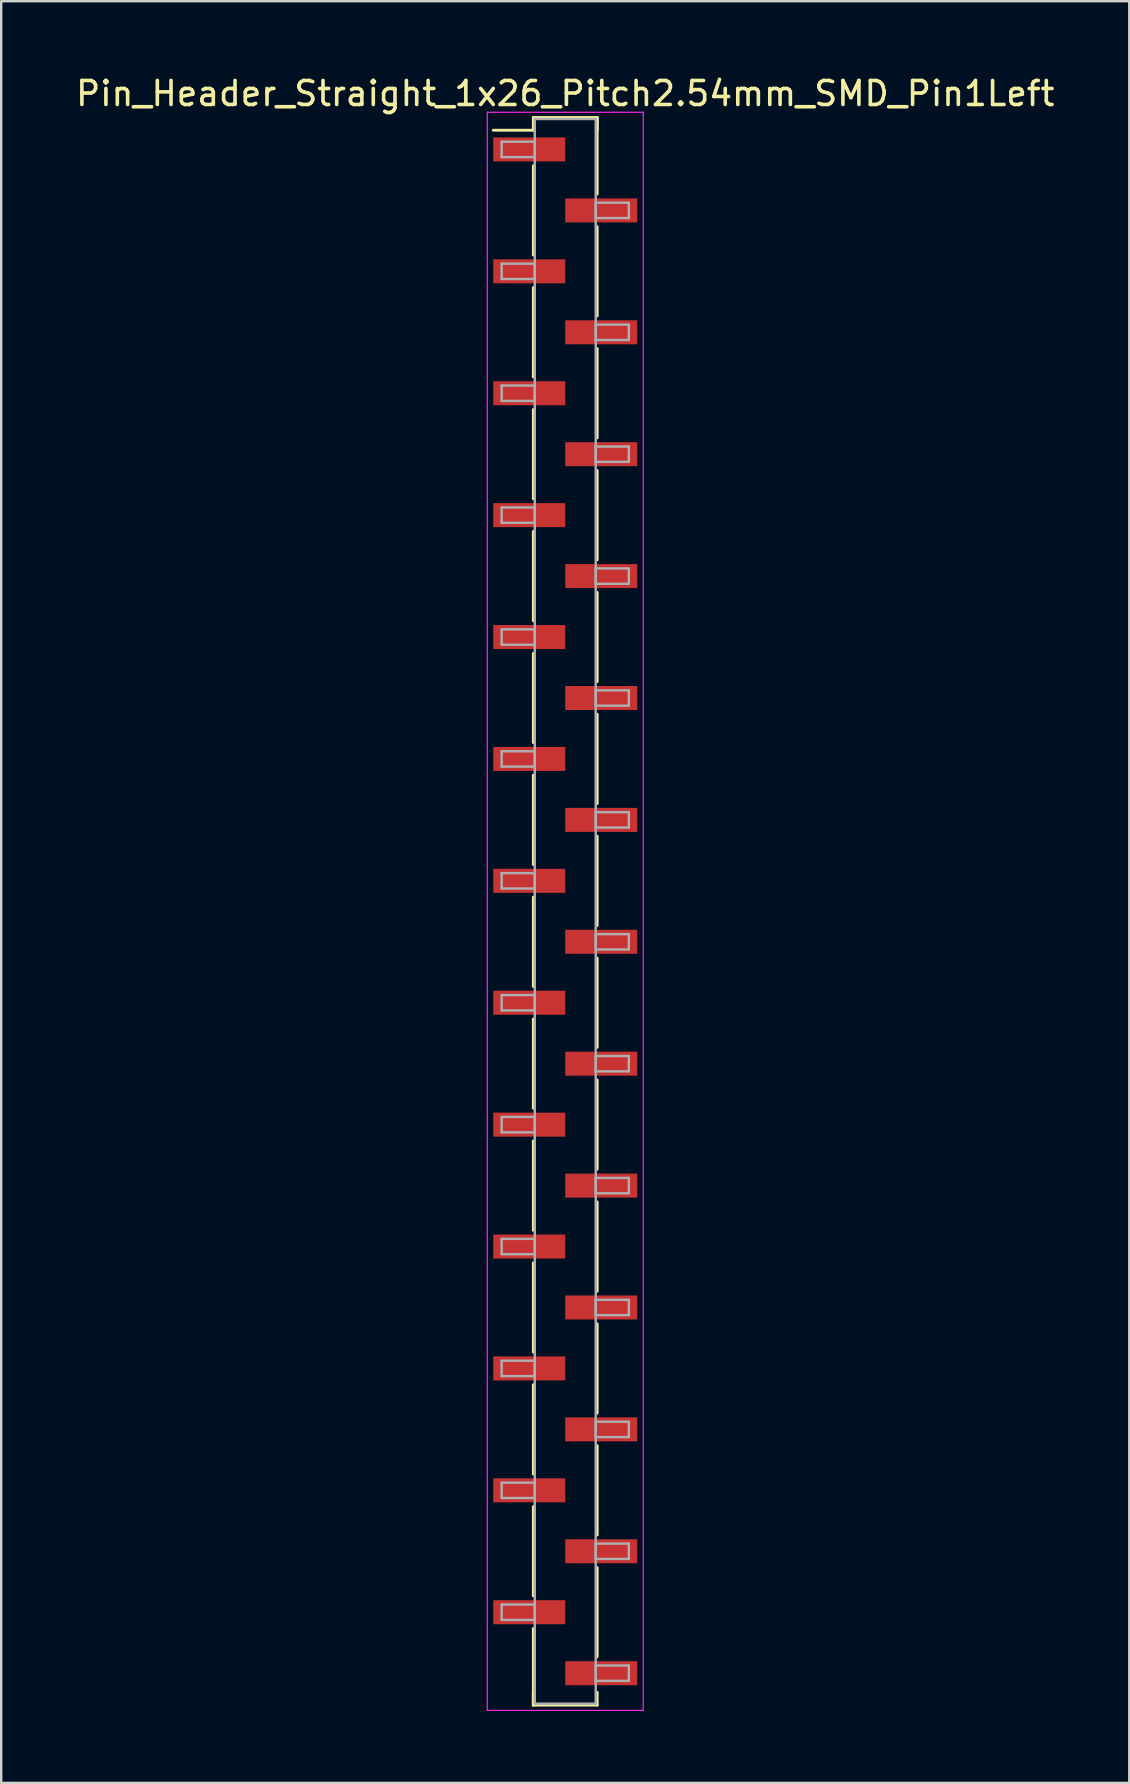
<source format=kicad_pcb>
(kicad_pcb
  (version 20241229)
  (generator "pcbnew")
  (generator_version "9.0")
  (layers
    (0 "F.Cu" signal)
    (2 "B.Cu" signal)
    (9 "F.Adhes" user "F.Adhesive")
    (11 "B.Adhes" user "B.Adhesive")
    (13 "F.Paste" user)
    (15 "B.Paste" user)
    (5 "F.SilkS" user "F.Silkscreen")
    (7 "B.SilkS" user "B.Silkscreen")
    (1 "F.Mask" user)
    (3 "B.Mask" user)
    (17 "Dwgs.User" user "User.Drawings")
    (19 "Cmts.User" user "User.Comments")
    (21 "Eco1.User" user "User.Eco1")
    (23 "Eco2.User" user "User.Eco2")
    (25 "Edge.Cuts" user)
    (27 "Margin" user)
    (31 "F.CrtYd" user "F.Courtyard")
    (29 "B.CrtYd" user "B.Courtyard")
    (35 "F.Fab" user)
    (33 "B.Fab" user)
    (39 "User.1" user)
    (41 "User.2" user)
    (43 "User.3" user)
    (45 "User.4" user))
  (footprint "Pin_Header_Straight_1x26_Pitch2.54mm_SMD_Pin1Left"
    (layer "F.Cu")
    (at 20.506 34.928)
    (property "Reference" "Pin_Header_Straight_1x26_Pitch2.54mm_SMD_Pin1Left" (at 0 -34.08 0) (layer "F.SilkS") (effects (font (size 1 1) (thickness 0.15))))
    (attr smd)
    (fp_line (start -1.33 -33.08) (end 1.33 -33.08) (stroke (width 0.12) (type solid)) (layer "F.SilkS"))
    (fp_line (start -1.33 -32.55) (end -3 -32.55) (stroke (width 0.12) (type solid)) (layer "F.SilkS"))
    (fp_line (start -1.33 -32.55) (end -1.33 -33.08) (stroke (width 0.12) (type solid)) (layer "F.SilkS"))
    (fp_line (start -1.33 -31.07) (end -1.33 -27.35) (stroke (width 0.12) (type solid)) (layer "F.SilkS"))
    (fp_line (start -1.33 -25.99) (end -1.33 -22.27) (stroke (width 0.12) (type solid)) (layer "F.SilkS"))
    (fp_line (start -1.33 -20.91) (end -1.33 -17.19) (stroke (width 0.12) (type solid)) (layer "F.SilkS"))
    (fp_line (start -1.33 -15.83) (end -1.33 -12.11) (stroke (width 0.12) (type solid)) (layer "F.SilkS"))
    (fp_line (start -1.33 -10.75) (end -1.33 -7.03) (stroke (width 0.12) (type solid)) (layer "F.SilkS"))
    (fp_line (start -1.33 -5.67) (end -1.33 -1.95) (stroke (width 0.12) (type solid)) (layer "F.SilkS"))
    (fp_line (start -1.33 -0.59) (end -1.33 3.13) (stroke (width 0.12) (type solid)) (layer "F.SilkS"))
    (fp_line (start -1.33 4.49) (end -1.33 8.21) (stroke (width 0.12) (type solid)) (layer "F.SilkS"))
    (fp_line (start -1.33 9.57) (end -1.33 13.29) (stroke (width 0.12) (type solid)) (layer "F.SilkS"))
    (fp_line (start -1.33 14.65) (end -1.33 18.37) (stroke (width 0.12) (type solid)) (layer "F.SilkS"))
    (fp_line (start -1.33 19.73) (end -1.33 23.45) (stroke (width 0.12) (type solid)) (layer "F.SilkS"))
    (fp_line (start -1.33 24.81) (end -1.33 28.53) (stroke (width 0.12) (type solid)) (layer "F.SilkS"))
    (fp_line (start -1.33 29.89) (end -1.33 33.08) (stroke (width 0.12) (type solid)) (layer "F.SilkS"))
    (fp_line (start -1.33 32.55) (end -1.33 33.08) (stroke (width 0.12) (type solid)) (layer "F.SilkS"))
    (fp_line (start -1.33 33.08) (end 1.33 33.08) (stroke (width 0.12) (type solid)) (layer "F.SilkS"))
    (fp_line (start 1.33 -33.08) (end 1.33 -32.55) (stroke (width 0.12) (type solid)) (layer "F.SilkS"))
    (fp_line (start 1.33 -33.08) (end 1.33 -29.89) (stroke (width 0.12) (type solid)) (layer "F.SilkS"))
    (fp_line (start 1.33 -28.53) (end 1.33 -24.81) (stroke (width 0.12) (type solid)) (layer "F.SilkS"))
    (fp_line (start 1.33 -23.45) (end 1.33 -19.73) (stroke (width 0.12) (type solid)) (layer "F.SilkS"))
    (fp_line (start 1.33 -18.37) (end 1.33 -14.65) (stroke (width 0.12) (type solid)) (layer "F.SilkS"))
    (fp_line (start 1.33 -13.29) (end 1.33 -9.57) (stroke (width 0.12) (type solid)) (layer "F.SilkS"))
    (fp_line (start 1.33 -8.21) (end 1.33 -4.49) (stroke (width 0.12) (type solid)) (layer "F.SilkS"))
    (fp_line (start 1.33 -3.13) (end 1.33 0.59) (stroke (width 0.12) (type solid)) (layer "F.SilkS"))
    (fp_line (start 1.33 1.95) (end 1.33 5.67) (stroke (width 0.12) (type solid)) (layer "F.SilkS"))
    (fp_line (start 1.33 7.03) (end 1.33 10.75) (stroke (width 0.12) (type solid)) (layer "F.SilkS"))
    (fp_line (start 1.33 12.11) (end 1.33 15.83) (stroke (width 0.12) (type solid)) (layer "F.SilkS"))
    (fp_line (start 1.33 17.19) (end 1.33 20.91) (stroke (width 0.12) (type solid)) (layer "F.SilkS"))
    (fp_line (start 1.33 22.27) (end 1.33 25.99) (stroke (width 0.12) (type solid)) (layer "F.SilkS"))
    (fp_line (start 1.33 27.35) (end 1.33 31.07) (stroke (width 0.12) (type solid)) (layer "F.SilkS"))
    (fp_line (start 1.33 33.08) (end 1.33 32.55) (stroke (width 0.12) (type solid)) (layer "F.SilkS"))
    (fp_line (start -3.25 -33.3) (end -3.25 33.3) (stroke (width 0.05) (type solid)) (layer "F.CrtYd"))
    (fp_line (start -3.25 33.3) (end 3.25 33.3) (stroke (width 0.05) (type solid)) (layer "F.CrtYd"))
    (fp_line (start 3.25 -33.3) (end -3.25 -33.3) (stroke (width 0.05) (type solid)) (layer "F.CrtYd"))
    (fp_line (start 3.25 33.3) (end 3.25 -33.3) (stroke (width 0.05) (type solid)) (layer "F.CrtYd"))
    (fp_line (start -2.65 -32.07) (end -1.27 -32.07) (stroke (width 0.1) (type solid)) (layer "F.Fab"))
    (fp_line (start -2.65 -31.43) (end -2.65 -32.07) (stroke (width 0.1) (type solid)) (layer "F.Fab"))
    (fp_line (start -2.65 -26.99) (end -1.27 -26.99) (stroke (width 0.1) (type solid)) (layer "F.Fab"))
    (fp_line (start -2.65 -26.35) (end -2.65 -26.99) (stroke (width 0.1) (type solid)) (layer "F.Fab"))
    (fp_line (start -2.65 -21.91) (end -1.27 -21.91) (stroke (width 0.1) (type solid)) (layer "F.Fab"))
    (fp_line (start -2.65 -21.27) (end -2.65 -21.91) (stroke (width 0.1) (type solid)) (layer "F.Fab"))
    (fp_line (start -2.65 -16.83) (end -1.27 -16.83) (stroke (width 0.1) (type solid)) (layer "F.Fab"))
    (fp_line (start -2.65 -16.19) (end -2.65 -16.83) (stroke (width 0.1) (type solid)) (layer "F.Fab"))
    (fp_line (start -2.65 -11.75) (end -1.27 -11.75) (stroke (width 0.1) (type solid)) (layer "F.Fab"))
    (fp_line (start -2.65 -11.11) (end -2.65 -11.75) (stroke (width 0.1) (type solid)) (layer "F.Fab"))
    (fp_line (start -2.65 -6.67) (end -1.27 -6.67) (stroke (width 0.1) (type solid)) (layer "F.Fab"))
    (fp_line (start -2.65 -6.03) (end -2.65 -6.67) (stroke (width 0.1) (type solid)) (layer "F.Fab"))
    (fp_line (start -2.65 -1.59) (end -1.27 -1.59) (stroke (width 0.1) (type solid)) (layer "F.Fab"))
    (fp_line (start -2.65 -0.95) (end -2.65 -1.59) (stroke (width 0.1) (type solid)) (layer "F.Fab"))
    (fp_line (start -2.65 3.49) (end -1.27 3.49) (stroke (width 0.1) (type solid)) (layer "F.Fab"))
    (fp_line (start -2.65 4.13) (end -2.65 3.49) (stroke (width 0.1) (type solid)) (layer "F.Fab"))
    (fp_line (start -2.65 8.57) (end -1.27 8.57) (stroke (width 0.1) (type solid)) (layer "F.Fab"))
    (fp_line (start -2.65 9.21) (end -2.65 8.57) (stroke (width 0.1) (type solid)) (layer "F.Fab"))
    (fp_line (start -2.65 13.65) (end -1.27 13.65) (stroke (width 0.1) (type solid)) (layer "F.Fab"))
    (fp_line (start -2.65 14.29) (end -2.65 13.65) (stroke (width 0.1) (type solid)) (layer "F.Fab"))
    (fp_line (start -2.65 18.73) (end -1.27 18.73) (stroke (width 0.1) (type solid)) (layer "F.Fab"))
    (fp_line (start -2.65 19.37) (end -2.65 18.73) (stroke (width 0.1) (type solid)) (layer "F.Fab"))
    (fp_line (start -2.65 23.81) (end -1.27 23.81) (stroke (width 0.1) (type solid)) (layer "F.Fab"))
    (fp_line (start -2.65 24.45) (end -2.65 23.81) (stroke (width 0.1) (type solid)) (layer "F.Fab"))
    (fp_line (start -2.65 28.89) (end -1.27 28.89) (stroke (width 0.1) (type solid)) (layer "F.Fab"))
    (fp_line (start -2.65 29.53) (end -2.65 28.89) (stroke (width 0.1) (type solid)) (layer "F.Fab"))
    (fp_line (start -1.27 -33.02) (end -1.27 33.02) (stroke (width 0.1) (type solid)) (layer "F.Fab"))
    (fp_line (start -1.27 -32.07) (end -1.27 -31.43) (stroke (width 0.1) (type solid)) (layer "F.Fab"))
    (fp_line (start -1.27 -31.43) (end -2.65 -31.43) (stroke (width 0.1) (type solid)) (layer "F.Fab"))
    (fp_line (start -1.27 -26.99) (end -1.27 -26.35) (stroke (width 0.1) (type solid)) (layer "F.Fab"))
    (fp_line (start -1.27 -26.35) (end -2.65 -26.35) (stroke (width 0.1) (type solid)) (layer "F.Fab"))
    (fp_line (start -1.27 -21.91) (end -1.27 -21.27) (stroke (width 0.1) (type solid)) (layer "F.Fab"))
    (fp_line (start -1.27 -21.27) (end -2.65 -21.27) (stroke (width 0.1) (type solid)) (layer "F.Fab"))
    (fp_line (start -1.27 -16.83) (end -1.27 -16.19) (stroke (width 0.1) (type solid)) (layer "F.Fab"))
    (fp_line (start -1.27 -16.19) (end -2.65 -16.19) (stroke (width 0.1) (type solid)) (layer "F.Fab"))
    (fp_line (start -1.27 -11.75) (end -1.27 -11.11) (stroke (width 0.1) (type solid)) (layer "F.Fab"))
    (fp_line (start -1.27 -11.11) (end -2.65 -11.11) (stroke (width 0.1) (type solid)) (layer "F.Fab"))
    (fp_line (start -1.27 -6.67) (end -1.27 -6.03) (stroke (width 0.1) (type solid)) (layer "F.Fab"))
    (fp_line (start -1.27 -6.03) (end -2.65 -6.03) (stroke (width 0.1) (type solid)) (layer "F.Fab"))
    (fp_line (start -1.27 -1.59) (end -1.27 -0.95) (stroke (width 0.1) (type solid)) (layer "F.Fab"))
    (fp_line (start -1.27 -0.95) (end -2.65 -0.95) (stroke (width 0.1) (type solid)) (layer "F.Fab"))
    (fp_line (start -1.27 3.49) (end -1.27 4.13) (stroke (width 0.1) (type solid)) (layer "F.Fab"))
    (fp_line (start -1.27 4.13) (end -2.65 4.13) (stroke (width 0.1) (type solid)) (layer "F.Fab"))
    (fp_line (start -1.27 8.57) (end -1.27 9.21) (stroke (width 0.1) (type solid)) (layer "F.Fab"))
    (fp_line (start -1.27 9.21) (end -2.65 9.21) (stroke (width 0.1) (type solid)) (layer "F.Fab"))
    (fp_line (start -1.27 13.65) (end -1.27 14.29) (stroke (width 0.1) (type solid)) (layer "F.Fab"))
    (fp_line (start -1.27 14.29) (end -2.65 14.29) (stroke (width 0.1) (type solid)) (layer "F.Fab"))
    (fp_line (start -1.27 18.73) (end -1.27 19.37) (stroke (width 0.1) (type solid)) (layer "F.Fab"))
    (fp_line (start -1.27 19.37) (end -2.65 19.37) (stroke (width 0.1) (type solid)) (layer "F.Fab"))
    (fp_line (start -1.27 23.81) (end -1.27 24.45) (stroke (width 0.1) (type solid)) (layer "F.Fab"))
    (fp_line (start -1.27 24.45) (end -2.65 24.45) (stroke (width 0.1) (type solid)) (layer "F.Fab"))
    (fp_line (start -1.27 28.89) (end -1.27 29.53) (stroke (width 0.1) (type solid)) (layer "F.Fab"))
    (fp_line (start -1.27 29.53) (end -2.65 29.53) (stroke (width 0.1) (type solid)) (layer "F.Fab"))
    (fp_line (start -1.27 33.02) (end 1.27 33.02) (stroke (width 0.1) (type solid)) (layer "F.Fab"))
    (fp_line (start 1.27 -33.02) (end -1.27 -33.02) (stroke (width 0.1) (type solid)) (layer "F.Fab"))
    (fp_line (start 1.27 -29.53) (end 1.27 -28.89) (stroke (width 0.1) (type solid)) (layer "F.Fab"))
    (fp_line (start 1.27 -28.89) (end 2.65 -28.89) (stroke (width 0.1) (type solid)) (layer "F.Fab"))
    (fp_line (start 1.27 -24.45) (end 1.27 -23.81) (stroke (width 0.1) (type solid)) (layer "F.Fab"))
    (fp_line (start 1.27 -23.81) (end 2.65 -23.81) (stroke (width 0.1) (type solid)) (layer "F.Fab"))
    (fp_line (start 1.27 -19.37) (end 1.27 -18.73) (stroke (width 0.1) (type solid)) (layer "F.Fab"))
    (fp_line (start 1.27 -18.73) (end 2.65 -18.73) (stroke (width 0.1) (type solid)) (layer "F.Fab"))
    (fp_line (start 1.27 -14.29) (end 1.27 -13.65) (stroke (width 0.1) (type solid)) (layer "F.Fab"))
    (fp_line (start 1.27 -13.65) (end 2.65 -13.65) (stroke (width 0.1) (type solid)) (layer "F.Fab"))
    (fp_line (start 1.27 -9.21) (end 1.27 -8.57) (stroke (width 0.1) (type solid)) (layer "F.Fab"))
    (fp_line (start 1.27 -8.57) (end 2.65 -8.57) (stroke (width 0.1) (type solid)) (layer "F.Fab"))
    (fp_line (start 1.27 -4.13) (end 1.27 -3.49) (stroke (width 0.1) (type solid)) (layer "F.Fab"))
    (fp_line (start 1.27 -3.49) (end 2.65 -3.49) (stroke (width 0.1) (type solid)) (layer "F.Fab"))
    (fp_line (start 1.27 0.95) (end 1.27 1.59) (stroke (width 0.1) (type solid)) (layer "F.Fab"))
    (fp_line (start 1.27 1.59) (end 2.65 1.59) (stroke (width 0.1) (type solid)) (layer "F.Fab"))
    (fp_line (start 1.27 6.03) (end 1.27 6.67) (stroke (width 0.1) (type solid)) (layer "F.Fab"))
    (fp_line (start 1.27 6.67) (end 2.65 6.67) (stroke (width 0.1) (type solid)) (layer "F.Fab"))
    (fp_line (start 1.27 11.11) (end 1.27 11.75) (stroke (width 0.1) (type solid)) (layer "F.Fab"))
    (fp_line (start 1.27 11.75) (end 2.65 11.75) (stroke (width 0.1) (type solid)) (layer "F.Fab"))
    (fp_line (start 1.27 16.19) (end 1.27 16.83) (stroke (width 0.1) (type solid)) (layer "F.Fab"))
    (fp_line (start 1.27 16.83) (end 2.65 16.83) (stroke (width 0.1) (type solid)) (layer "F.Fab"))
    (fp_line (start 1.27 21.27) (end 1.27 21.91) (stroke (width 0.1) (type solid)) (layer "F.Fab"))
    (fp_line (start 1.27 21.91) (end 2.65 21.91) (stroke (width 0.1) (type solid)) (layer "F.Fab"))
    (fp_line (start 1.27 26.35) (end 1.27 26.99) (stroke (width 0.1) (type solid)) (layer "F.Fab"))
    (fp_line (start 1.27 26.99) (end 2.65 26.99) (stroke (width 0.1) (type solid)) (layer "F.Fab"))
    (fp_line (start 1.27 31.43) (end 1.27 32.07) (stroke (width 0.1) (type solid)) (layer "F.Fab"))
    (fp_line (start 1.27 32.07) (end 2.65 32.07) (stroke (width 0.1) (type solid)) (layer "F.Fab"))
    (fp_line (start 1.27 33.02) (end 1.27 -33.02) (stroke (width 0.1) (type solid)) (layer "F.Fab"))
    (fp_line (start 2.65 -29.53) (end 1.27 -29.53) (stroke (width 0.1) (type solid)) (layer "F.Fab"))
    (fp_line (start 2.65 -28.89) (end 2.65 -29.53) (stroke (width 0.1) (type solid)) (layer "F.Fab"))
    (fp_line (start 2.65 -24.45) (end 1.27 -24.45) (stroke (width 0.1) (type solid)) (layer "F.Fab"))
    (fp_line (start 2.65 -23.81) (end 2.65 -24.45) (stroke (width 0.1) (type solid)) (layer "F.Fab"))
    (fp_line (start 2.65 -19.37) (end 1.27 -19.37) (stroke (width 0.1) (type solid)) (layer "F.Fab"))
    (fp_line (start 2.65 -18.73) (end 2.65 -19.37) (stroke (width 0.1) (type solid)) (layer "F.Fab"))
    (fp_line (start 2.65 -14.29) (end 1.27 -14.29) (stroke (width 0.1) (type solid)) (layer "F.Fab"))
    (fp_line (start 2.65 -13.65) (end 2.65 -14.29) (stroke (width 0.1) (type solid)) (layer "F.Fab"))
    (fp_line (start 2.65 -9.21) (end 1.27 -9.21) (stroke (width 0.1) (type solid)) (layer "F.Fab"))
    (fp_line (start 2.65 -8.57) (end 2.65 -9.21) (stroke (width 0.1) (type solid)) (layer "F.Fab"))
    (fp_line (start 2.65 -4.13) (end 1.27 -4.13) (stroke (width 0.1) (type solid)) (layer "F.Fab"))
    (fp_line (start 2.65 -3.49) (end 2.65 -4.13) (stroke (width 0.1) (type solid)) (layer "F.Fab"))
    (fp_line (start 2.65 0.95) (end 1.27 0.95) (stroke (width 0.1) (type solid)) (layer "F.Fab"))
    (fp_line (start 2.65 1.59) (end 2.65 0.95) (stroke (width 0.1) (type solid)) (layer "F.Fab"))
    (fp_line (start 2.65 6.03) (end 1.27 6.03) (stroke (width 0.1) (type solid)) (layer "F.Fab"))
    (fp_line (start 2.65 6.67) (end 2.65 6.03) (stroke (width 0.1) (type solid)) (layer "F.Fab"))
    (fp_line (start 2.65 11.11) (end 1.27 11.11) (stroke (width 0.1) (type solid)) (layer "F.Fab"))
    (fp_line (start 2.65 11.75) (end 2.65 11.11) (stroke (width 0.1) (type solid)) (layer "F.Fab"))
    (fp_line (start 2.65 16.19) (end 1.27 16.19) (stroke (width 0.1) (type solid)) (layer "F.Fab"))
    (fp_line (start 2.65 16.83) (end 2.65 16.19) (stroke (width 0.1) (type solid)) (layer "F.Fab"))
    (fp_line (start 2.65 21.27) (end 1.27 21.27) (stroke (width 0.1) (type solid)) (layer "F.Fab"))
    (fp_line (start 2.65 21.91) (end 2.65 21.27) (stroke (width 0.1) (type solid)) (layer "F.Fab"))
    (fp_line (start 2.65 26.35) (end 1.27 26.35) (stroke (width 0.1) (type solid)) (layer "F.Fab"))
    (fp_line (start 2.65 26.99) (end 2.65 26.35) (stroke (width 0.1) (type solid)) (layer "F.Fab"))
    (fp_line (start 2.65 31.43) (end 1.27 31.43) (stroke (width 0.1) (type solid)) (layer "F.Fab"))
    (fp_line (start 2.65 32.07) (end 2.65 31.43) (stroke (width 0.1) (type solid)) (layer "F.Fab"))
    (pad "1" smd rect (at -1.5 -31.75) (size 3 1) (layers "F.Cu" "F.Mask"))
    (pad "2" smd rect (at 1.5 -29.21) (size 3 1) (layers "F.Cu" "F.Mask"))
    (pad "3" smd rect (at -1.5 -26.67) (size 3 1) (layers "F.Cu" "F.Mask"))
    (pad "4" smd rect (at 1.5 -24.13) (size 3 1) (layers "F.Cu" "F.Mask"))
    (pad "5" smd rect (at -1.5 -21.59) (size 3 1) (layers "F.Cu" "F.Mask"))
    (pad "6" smd rect (at 1.5 -19.05) (size 3 1) (layers "F.Cu" "F.Mask"))
    (pad "7" smd rect (at -1.5 -16.51) (size 3 1) (layers "F.Cu" "F.Mask"))
    (pad "8" smd rect (at 1.5 -13.97) (size 3 1) (layers "F.Cu" "F.Mask"))
    (pad "9" smd rect (at -1.5 -11.43) (size 3 1) (layers "F.Cu" "F.Mask"))
    (pad "10" smd rect (at 1.5 -8.89) (size 3 1) (layers "F.Cu" "F.Mask"))
    (pad "11" smd rect (at -1.5 -6.35) (size 3 1) (layers "F.Cu" "F.Mask"))
    (pad "12" smd rect (at 1.5 -3.81) (size 3 1) (layers "F.Cu" "F.Mask"))
    (pad "13" smd rect (at -1.5 -1.27) (size 3 1) (layers "F.Cu" "F.Mask"))
    (pad "14" smd rect (at 1.5 1.27) (size 3 1) (layers "F.Cu" "F.Mask"))
    (pad "15" smd rect (at -1.5 3.81) (size 3 1) (layers "F.Cu" "F.Mask"))
    (pad "16" smd rect (at 1.5 6.35) (size 3 1) (layers "F.Cu" "F.Mask"))
    (pad "17" smd rect (at -1.5 8.89) (size 3 1) (layers "F.Cu" "F.Mask"))
    (pad "18" smd rect (at 1.5 11.43) (size 3 1) (layers "F.Cu" "F.Mask"))
    (pad "19" smd rect (at -1.5 13.97) (size 3 1) (layers "F.Cu" "F.Mask"))
    (pad "20" smd rect (at 1.5 16.51) (size 3 1) (layers "F.Cu" "F.Mask"))
    (pad "21" smd rect (at -1.5 19.05) (size 3 1) (layers "F.Cu" "F.Mask"))
    (pad "22" smd rect (at 1.5 21.59) (size 3 1) (layers "F.Cu" "F.Mask"))
    (pad "23" smd rect (at -1.5 24.13) (size 3 1) (layers "F.Cu" "F.Mask"))
    (pad "24" smd rect (at 1.5 26.67) (size 3 1) (layers "F.Cu" "F.Mask"))
    (pad "25" smd rect (at -1.5 29.21) (size 3 1) (layers "F.Cu" "F.Mask"))
    (pad "26" smd rect (at 1.5 31.75) (size 3 1) (layers "F.Cu" "F.Mask")))
  (gr_rect
    (start -3 -3)
    (end 44.012 71.253)
    (stroke (width 0.1) (type default))
    (fill no)
    (layer "Edge.Cuts")))
</source>
